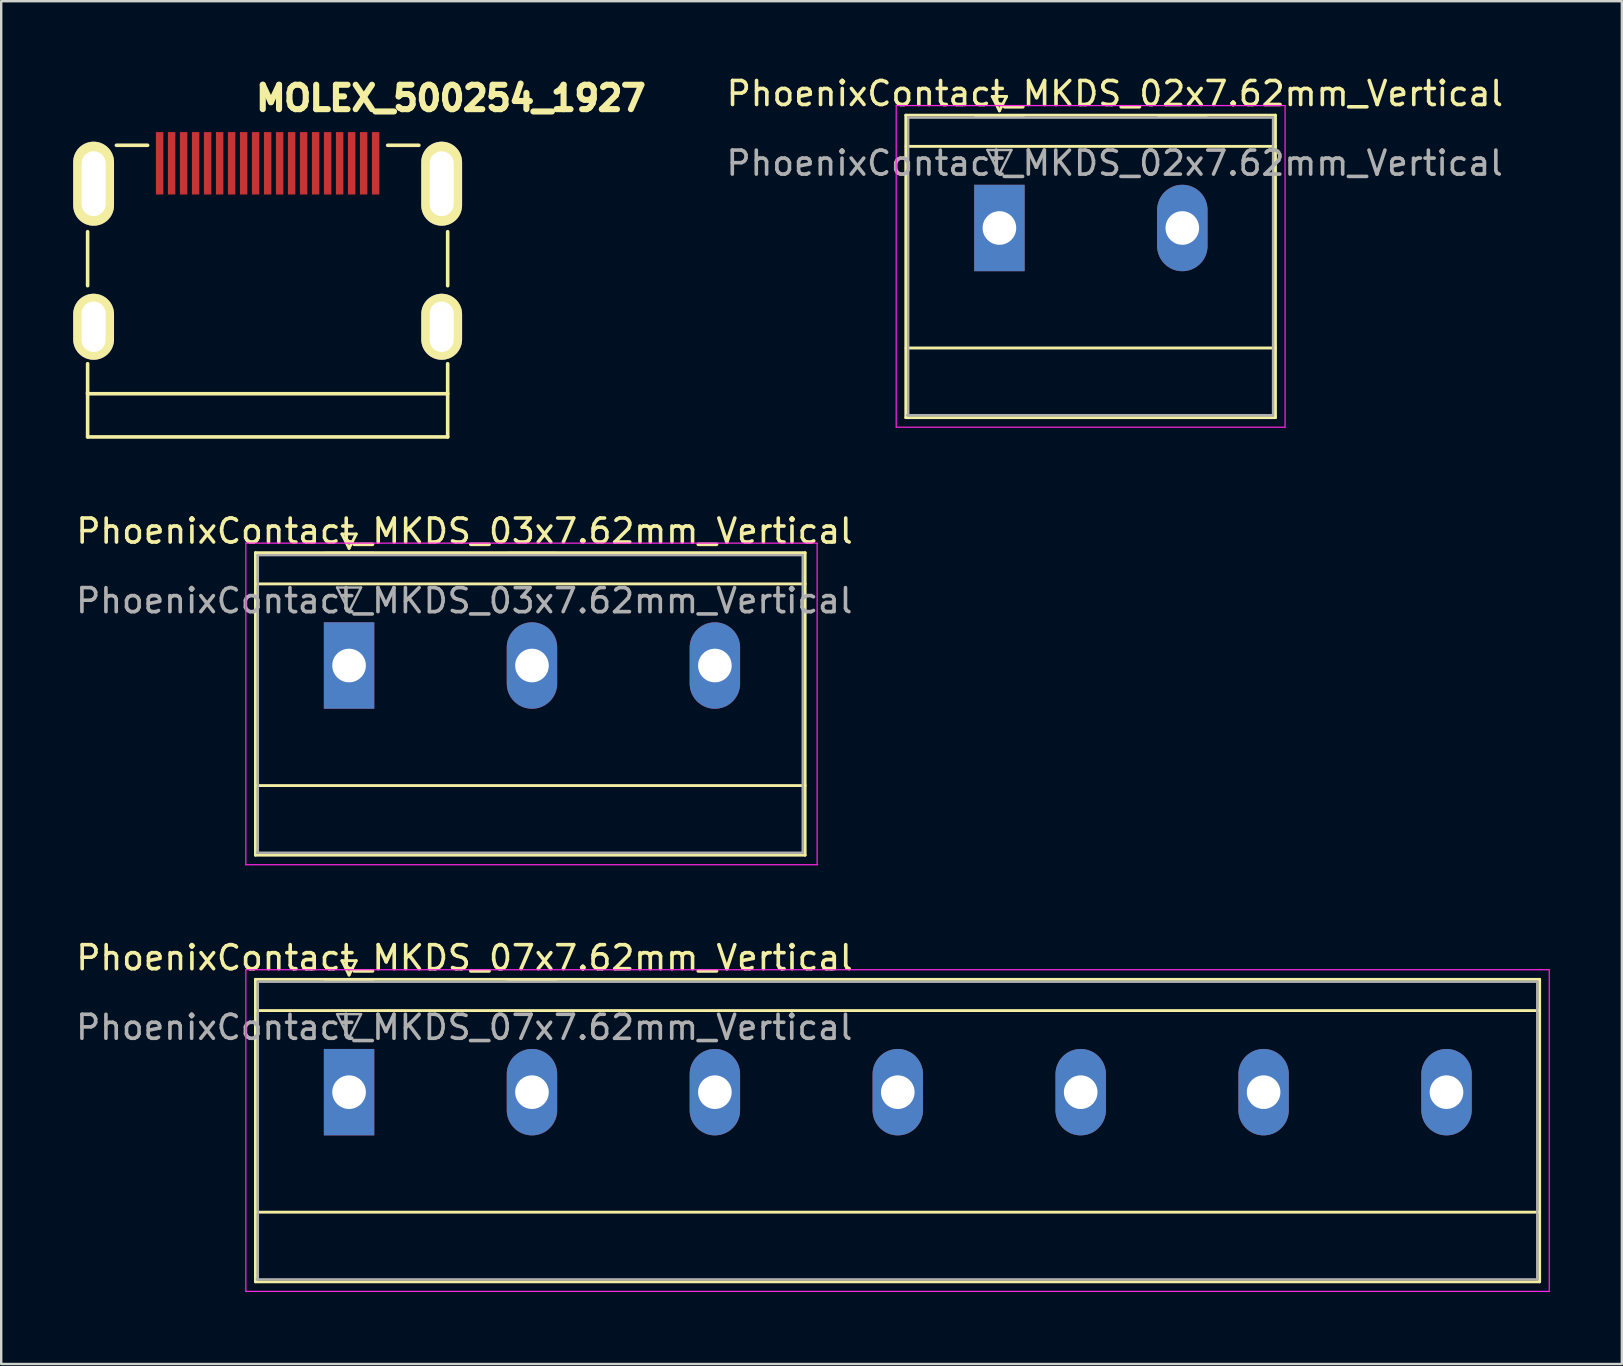
<source format=kicad_pcb>
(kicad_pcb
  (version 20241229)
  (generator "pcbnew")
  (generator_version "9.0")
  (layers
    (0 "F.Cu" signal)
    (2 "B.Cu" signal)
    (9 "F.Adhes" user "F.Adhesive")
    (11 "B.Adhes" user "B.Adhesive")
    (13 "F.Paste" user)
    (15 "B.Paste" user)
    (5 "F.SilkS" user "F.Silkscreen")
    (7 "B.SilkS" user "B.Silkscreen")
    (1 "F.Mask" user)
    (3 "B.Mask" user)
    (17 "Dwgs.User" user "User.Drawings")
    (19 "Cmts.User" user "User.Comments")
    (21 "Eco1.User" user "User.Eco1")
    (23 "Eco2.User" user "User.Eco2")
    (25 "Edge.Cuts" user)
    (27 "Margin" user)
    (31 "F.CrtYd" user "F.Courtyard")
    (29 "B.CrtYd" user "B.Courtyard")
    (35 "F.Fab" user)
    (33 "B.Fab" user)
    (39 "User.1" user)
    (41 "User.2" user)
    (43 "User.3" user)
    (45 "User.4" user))
  (footprint "PhoenixContact_MKDS_02x7.62mm_Vertical"
    (layer "F.Cu")
    (at 38.586 6.448)
    (property "Reference" "PhoenixContact_MKDS_02x7.62mm_Vertical" (at 4.81 -5.6 0) (layer "F.SilkS") (effects (font (size 1 1) (thickness 0.15))))
    (attr through_hole)
    (fp_line (start -3.9 -4.7) (end -3.9 7.9) (stroke (width 0.12) (type solid)) (layer "F.SilkS"))
    (fp_line (start -3.9 7.9) (end 11.5 7.9) (stroke (width 0.12) (type solid)) (layer "F.SilkS"))
    (fp_line (start -3.89 -3.4) (end 11.5 -3.4) (stroke (width 0.12) (type solid)) (layer "F.SilkS"))
    (fp_line (start -3.89 5) (end 11.5 5) (stroke (width 0.12) (type solid)) (layer "F.SilkS"))
    (fp_line (start -1 -4.68) (end 1 -4.68) (stroke (width 0.12) (type solid)) (layer "F.SilkS"))
    (fp_line (start -0.3 -5.48) (end 0.3 -5.48) (stroke (width 0.12) (type solid)) (layer "F.SilkS"))
    (fp_line (start 0 -4.88) (end -0.3 -5.48) (stroke (width 0.12) (type solid)) (layer "F.SilkS"))
    (fp_line (start 0.3 -5.48) (end 0 -4.88) (stroke (width 0.12) (type solid)) (layer "F.SilkS"))
    (fp_line (start 6.62 -4.68) (end 8.62 -4.68) (stroke (width 0.12) (type solid)) (layer "F.SilkS"))
    (fp_line (start 11.5 -4.7) (end -3.9 -4.7) (stroke (width 0.12) (type solid)) (layer "F.SilkS"))
    (fp_line (start 11.5 7.9) (end 11.5 -4.7) (stroke (width 0.12) (type solid)) (layer "F.SilkS"))
    (fp_line (start -4.3 -5.1) (end -4.3 8.3) (stroke (width 0.05) (type solid)) (layer "F.CrtYd"))
    (fp_line (start -4.3 8.3) (end 11.9 8.3) (stroke (width 0.05) (type solid)) (layer "F.CrtYd"))
    (fp_line (start 11.9 -5.1) (end -4.3 -5.1) (stroke (width 0.05) (type solid)) (layer "F.CrtYd"))
    (fp_line (start 11.9 8.3) (end 11.9 -5.1) (stroke (width 0.05) (type solid)) (layer "F.CrtYd"))
    (fp_line (start -3.84 7.8) (end 11.4 7.8) (stroke (width 0.1) (type solid)) (layer "F.Fab"))
    (fp_line (start -3.8 -4.6) (end -3.8 7.8) (stroke (width 0.1) (type solid)) (layer "F.Fab"))
    (fp_line (start -0.5 -3.25) (end 0.5 -3.25) (stroke (width 0.1) (type solid)) (layer "F.Fab"))
    (fp_line (start 0 -2.25) (end -0.5 -3.25) (stroke (width 0.1) (type solid)) (layer "F.Fab"))
    (fp_line (start 0.5 -3.25) (end 0 -2.25) (stroke (width 0.1) (type solid)) (layer "F.Fab"))
    (fp_line (start 11.4 -4.6) (end -3.8 -4.6) (stroke (width 0.1) (type solid)) (layer "F.Fab"))
    (fp_line (start 11.4 7.8) (end 11.4 -4.6) (stroke (width 0.1) (type solid)) (layer "F.Fab"))
    (fp_text user "${REFERENCE}" (at 4.8 -2.7 0) (layer "F.Fab") (effects (font (size 1 1) (thickness 0.15))))
    (pad "1" thru_hole rect (at 0 0) (size 2.1 3.6) (drill 1.4) (layers "*.Cu" "*.Mask"))
    (pad "2" thru_hole oval (at 7.62 0) (size 2.1 3.6) (drill 1.4) (layers "*.Cu" "*.Mask")))
  (footprint "MOLEX_500254_1927"
    (layer "F.Cu")
    (at 8.1 4.603)
    (property "Reference" "MOLEX_500254_1927" (at 7.635 -3.563 0) (layer "F.SilkS") (effects (font (size 1.016 1.016) (thickness 0.254))))
    (attr through_hole)
    (fp_line (start -7.5 4.25) (end -7.5 2) (stroke (width 0.15) (type solid)) (layer "F.SilkS"))
    (fp_line (start -7.5 8.75) (end -7.5 7.5) (stroke (width 0.15) (type solid)) (layer "F.SilkS"))
    (fp_line (start -7.5 10.55) (end -7.5 8.7) (stroke (width 0.15) (type solid)) (layer "F.SilkS"))
    (fp_line (start -7.5 10.55) (end 7.5 10.55) (stroke (width 0.15) (type solid)) (layer "F.SilkS"))
    (fp_line (start -5 -1.6) (end -6.3 -1.6) (stroke (width 0.15) (type solid)) (layer "F.SilkS"))
    (fp_line (start 6.3 -1.6) (end 5 -1.6) (stroke (width 0.15) (type solid)) (layer "F.SilkS"))
    (fp_line (start 7.5 2) (end 7.5 4.25) (stroke (width 0.15) (type solid)) (layer "F.SilkS"))
    (fp_line (start 7.5 8.75) (end -7.5 8.75) (stroke (width 0.15) (type solid)) (layer "F.SilkS"))
    (fp_line (start 7.5 8.75) (end 7.5 7.5) (stroke (width 0.15) (type solid)) (layer "F.SilkS"))
    (fp_line (start 7.5 10.55) (end 7.5 8.8) (stroke (width 0.15) (type solid)) (layer "F.SilkS"))
    (pad "1" smd rect (at 4.5 -0.85) (size 0.31 2.6) (layers "F.Cu" "F.Mask" "F.Paste"))
    (pad "2" smd rect (at 4 -0.85) (size 0.31 2.6) (layers "F.Cu" "F.Mask" "F.Paste"))
    (pad "3" smd rect (at 3.5 -0.85) (size 0.31 2.6) (layers "F.Cu" "F.Mask" "F.Paste"))
    (pad "4" smd rect (at 3 -0.85) (size 0.31 2.6) (layers "F.Cu" "F.Mask" "F.Paste"))
    (pad "5" smd rect (at 2.5 -0.85) (size 0.31 2.6) (layers "F.Cu" "F.Mask" "F.Paste"))
    (pad "6" smd rect (at 2 -0.85) (size 0.31 2.6) (layers "F.Cu" "F.Mask" "F.Paste"))
    (pad "7" smd rect (at 1.5 -0.85) (size 0.31 2.6) (layers "F.Cu" "F.Mask" "F.Paste"))
    (pad "8" smd rect (at 1 -0.85) (size 0.31 2.6) (layers "F.Cu" "F.Mask" "F.Paste"))
    (pad "9" smd rect (at 0.5 -0.85) (size 0.31 2.6) (layers "F.Cu" "F.Mask" "F.Paste"))
    (pad "10" smd rect (at 0 -0.85) (size 0.31 2.6) (layers "F.Cu" "F.Mask" "F.Paste"))
    (pad "11" smd rect (at -0.5 -0.85) (size 0.31 2.6) (layers "F.Cu" "F.Mask" "F.Paste"))
    (pad "12" smd rect (at -1 -0.85) (size 0.31 2.6) (layers "F.Cu" "F.Mask" "F.Paste"))
    (pad "13" smd rect (at -1.5 -0.85) (size 0.31 2.6) (layers "F.Cu" "F.Mask" "F.Paste"))
    (pad "14" smd rect (at -2 -0.85) (size 0.31 2.6) (layers "F.Cu" "F.Mask" "F.Paste"))
    (pad "15" smd rect (at -2.5 -0.85) (size 0.31 2.6) (layers "F.Cu" "F.Mask" "F.Paste"))
    (pad "16" smd rect (at -3 -0.85) (size 0.31 2.6) (layers "F.Cu" "F.Mask" "F.Paste"))
    (pad "17" smd rect (at -3.5 -0.85) (size 0.31 2.6) (layers "F.Cu" "F.Mask" "F.Paste"))
    (pad "18" smd rect (at -4 -0.85) (size 0.31 2.6) (layers "F.Cu" "F.Mask" "F.Paste"))
    (pad "19" smd rect (at -4.5 -0.85) (size 0.31 2.6) (layers "F.Cu" "F.Mask" "F.Paste"))
    (pad "FN" thru_hole oval (at -7.25 0) (size 1.7 3.5) (drill oval 1 2.7) (layers "*.Cu" "*.Mask" "F.SilkS"))
    (pad "FN" thru_hole oval (at -7.25 5.96) (size 1.7 2.75) (drill oval 1 2.1) (layers "*.Cu" "*.Mask" "F.SilkS"))
    (pad "FN" thru_hole oval (at 7.25 0) (size 1.7 3.5) (drill oval 1 2.7) (layers "*.Cu" "*.Mask" "F.SilkS"))
    (pad "FN" thru_hole oval (at 7.25 5.96) (size 1.7 2.75) (drill oval 1 2.1) (layers "*.Cu" "*.Mask" "F.SilkS")))
  (footprint "PhoenixContact_MKDS_07x7.62mm_Vertical"
    (layer "F.Cu")
    (at 11.492 42.45)
    (property "Reference" "PhoenixContact_MKDS_07x7.62mm_Vertical" (at 4.81 -5.6 0) (layer "F.SilkS") (effects (font (size 1 1) (thickness 0.15))))
    (attr through_hole)
    (fp_line (start -3.9 -4.7) (end -3.9 7.9) (stroke (width 0.12) (type solid)) (layer "F.SilkS"))
    (fp_line (start -3.9 7.9) (end 49.6 7.9) (stroke (width 0.12) (type solid)) (layer "F.SilkS"))
    (fp_line (start -3.89 -3.4) (end 49.6 -3.4) (stroke (width 0.12) (type solid)) (layer "F.SilkS"))
    (fp_line (start -3.89 5) (end 49.6 5) (stroke (width 0.12) (type solid)) (layer "F.SilkS"))
    (fp_line (start -1 -4.68) (end 1 -4.68) (stroke (width 0.12) (type solid)) (layer "F.SilkS"))
    (fp_line (start -0.3 -5.48) (end 0.3 -5.48) (stroke (width 0.12) (type solid)) (layer "F.SilkS"))
    (fp_line (start 0 -4.88) (end -0.3 -5.48) (stroke (width 0.12) (type solid)) (layer "F.SilkS"))
    (fp_line (start 0.3 -5.48) (end 0 -4.88) (stroke (width 0.12) (type solid)) (layer "F.SilkS"))
    (fp_line (start 6.62 -4.68) (end 8.62 -4.68) (stroke (width 0.12) (type solid)) (layer "F.SilkS"))
    (fp_line (start 49.6 -4.7) (end -3.9 -4.7) (stroke (width 0.12) (type solid)) (layer "F.SilkS"))
    (fp_line (start 49.6 7.9) (end 49.6 -4.7) (stroke (width 0.12) (type solid)) (layer "F.SilkS"))
    (fp_line (start -4.3 -5.1) (end -4.3 8.3) (stroke (width 0.05) (type solid)) (layer "F.CrtYd"))
    (fp_line (start -4.3 8.3) (end 50 8.3) (stroke (width 0.05) (type solid)) (layer "F.CrtYd"))
    (fp_line (start 50 -5.1) (end -4.3 -5.1) (stroke (width 0.05) (type solid)) (layer "F.CrtYd"))
    (fp_line (start 50 8.3) (end 50 -5.1) (stroke (width 0.05) (type solid)) (layer "F.CrtYd"))
    (fp_line (start -3.84 7.8) (end 49.5 7.8) (stroke (width 0.1) (type solid)) (layer "F.Fab"))
    (fp_line (start -3.8 -4.6) (end -3.8 7.8) (stroke (width 0.1) (type solid)) (layer "F.Fab"))
    (fp_line (start -0.5 -3.25) (end 0.5 -3.25) (stroke (width 0.1) (type solid)) (layer "F.Fab"))
    (fp_line (start 0 -2.25) (end -0.5 -3.25) (stroke (width 0.1) (type solid)) (layer "F.Fab"))
    (fp_line (start 0.5 -3.25) (end 0 -2.25) (stroke (width 0.1) (type solid)) (layer "F.Fab"))
    (fp_line (start 49.5 -4.6) (end -3.8 -4.6) (stroke (width 0.1) (type solid)) (layer "F.Fab"))
    (fp_line (start 49.5 7.8) (end 49.5 -4.6) (stroke (width 0.1) (type solid)) (layer "F.Fab"))
    (fp_text user "${REFERENCE}" (at 4.8 -2.7 0) (layer "F.Fab") (effects (font (size 1 1) (thickness 0.15))))
    (pad "1" thru_hole rect (at 0 0) (size 2.1 3.6) (drill 1.4) (layers "*.Cu" "*.Mask"))
    (pad "2" thru_hole oval (at 7.62 0) (size 2.1 3.6) (drill 1.4) (layers "*.Cu" "*.Mask"))
    (pad "3" thru_hole oval (at 15.24 0) (size 2.1 3.6) (drill 1.4) (layers "*.Cu" "*.Mask"))
    (pad "4" thru_hole oval (at 22.86 0) (size 2.1 3.6) (drill 1.4) (layers "*.Cu" "*.Mask"))
    (pad "5" thru_hole oval (at 30.48 0) (size 2.1 3.6) (drill 1.4) (layers "*.Cu" "*.Mask"))
    (pad "6" thru_hole oval (at 38.1 0) (size 2.1 3.6) (drill 1.4) (layers "*.Cu" "*.Mask"))
    (pad "7" thru_hole oval (at 45.72 0) (size 2.1 3.6) (drill 1.4) (layers "*.Cu" "*.Mask")))
  (footprint "PhoenixContact_MKDS_03x7.62mm_Vertical"
    (layer "F.Cu")
    (at 11.492 24.676)
    (property "Reference" "PhoenixContact_MKDS_03x7.62mm_Vertical" (at 4.81 -5.6 0) (layer "F.SilkS") (effects (font (size 1 1) (thickness 0.15))))
    (attr through_hole)
    (fp_line (start -3.9 -4.7) (end -3.9 7.9) (stroke (width 0.12) (type solid)) (layer "F.SilkS"))
    (fp_line (start -3.9 7.9) (end 19 7.9) (stroke (width 0.12) (type solid)) (layer "F.SilkS"))
    (fp_line (start -3.89 -3.4) (end 19 -3.4) (stroke (width 0.12) (type solid)) (layer "F.SilkS"))
    (fp_line (start -3.89 5) (end 19 5) (stroke (width 0.12) (type solid)) (layer "F.SilkS"))
    (fp_line (start -1 -4.68) (end 1 -4.68) (stroke (width 0.12) (type solid)) (layer "F.SilkS"))
    (fp_line (start -0.3 -5.48) (end 0.3 -5.48) (stroke (width 0.12) (type solid)) (layer "F.SilkS"))
    (fp_line (start 0 -4.88) (end -0.3 -5.48) (stroke (width 0.12) (type solid)) (layer "F.SilkS"))
    (fp_line (start 0.3 -5.48) (end 0 -4.88) (stroke (width 0.12) (type solid)) (layer "F.SilkS"))
    (fp_line (start 6.62 -4.68) (end 8.62 -4.68) (stroke (width 0.12) (type solid)) (layer "F.SilkS"))
    (fp_line (start 19 -4.7) (end -3.9 -4.7) (stroke (width 0.12) (type solid)) (layer "F.SilkS"))
    (fp_line (start 19 7.9) (end 19 -4.7) (stroke (width 0.12) (type solid)) (layer "F.SilkS"))
    (fp_line (start -4.3 -5.1) (end -4.3 8.3) (stroke (width 0.05) (type solid)) (layer "F.CrtYd"))
    (fp_line (start -4.3 8.3) (end 19.5 8.3) (stroke (width 0.05) (type solid)) (layer "F.CrtYd"))
    (fp_line (start 19.5 -5.1) (end -4.3 -5.1) (stroke (width 0.05) (type solid)) (layer "F.CrtYd"))
    (fp_line (start 19.5 8.3) (end 19.5 -5.1) (stroke (width 0.05) (type solid)) (layer "F.CrtYd"))
    (fp_line (start -3.84 7.8) (end 18.9 7.8) (stroke (width 0.1) (type solid)) (layer "F.Fab"))
    (fp_line (start -3.8 -4.6) (end -3.8 7.8) (stroke (width 0.1) (type solid)) (layer "F.Fab"))
    (fp_line (start -0.5 -3.25) (end 0.5 -3.25) (stroke (width 0.1) (type solid)) (layer "F.Fab"))
    (fp_line (start 0 -2.25) (end -0.5 -3.25) (stroke (width 0.1) (type solid)) (layer "F.Fab"))
    (fp_line (start 0.5 -3.25) (end 0 -2.25) (stroke (width 0.1) (type solid)) (layer "F.Fab"))
    (fp_line (start 18.9 -4.6) (end -3.8 -4.6) (stroke (width 0.1) (type solid)) (layer "F.Fab"))
    (fp_line (start 18.9 7.8) (end 18.9 -4.6) (stroke (width 0.1) (type solid)) (layer "F.Fab"))
    (fp_text user "${REFERENCE}" (at 4.8 -2.7 0) (layer "F.Fab") (effects (font (size 1 1) (thickness 0.15))))
    (pad "1" thru_hole rect (at 0 0) (size 2.1 3.6) (drill 1.4) (layers "*.Cu" "*.Mask"))
    (pad "2" thru_hole oval (at 7.62 0) (size 2.1 3.6) (drill 1.4) (layers "*.Cu" "*.Mask"))
    (pad "3" thru_hole oval (at 15.24 0) (size 2.1 3.6) (drill 1.4) (layers "*.Cu" "*.Mask")))
  (gr_rect
    (start -3 -3)
    (end 64.517 53.775)
    (stroke (width 0.1) (type default))
    (fill no)
    (layer "Edge.Cuts")))
</source>
